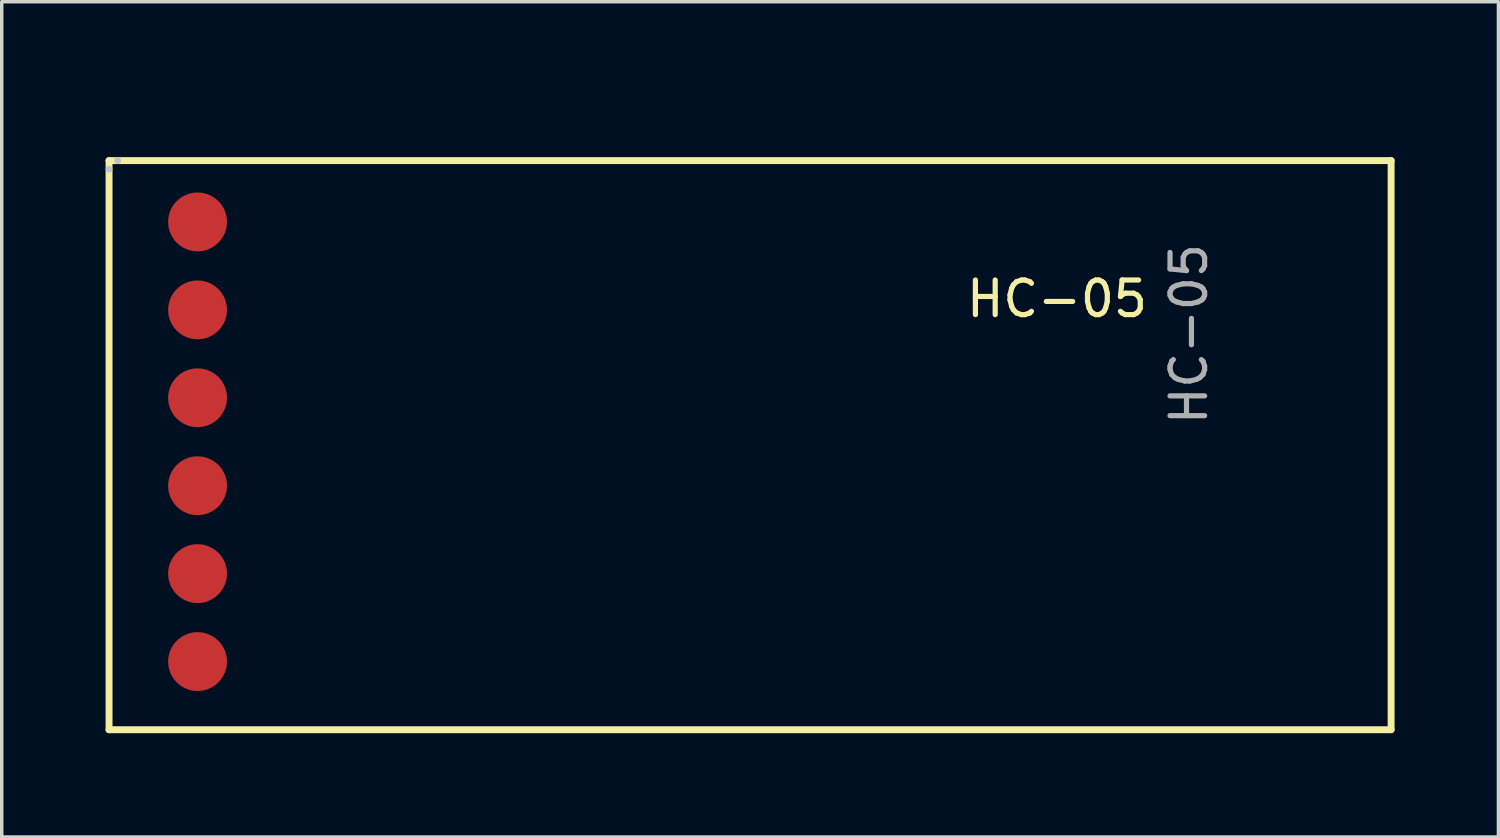
<source format=kicad_pcb>
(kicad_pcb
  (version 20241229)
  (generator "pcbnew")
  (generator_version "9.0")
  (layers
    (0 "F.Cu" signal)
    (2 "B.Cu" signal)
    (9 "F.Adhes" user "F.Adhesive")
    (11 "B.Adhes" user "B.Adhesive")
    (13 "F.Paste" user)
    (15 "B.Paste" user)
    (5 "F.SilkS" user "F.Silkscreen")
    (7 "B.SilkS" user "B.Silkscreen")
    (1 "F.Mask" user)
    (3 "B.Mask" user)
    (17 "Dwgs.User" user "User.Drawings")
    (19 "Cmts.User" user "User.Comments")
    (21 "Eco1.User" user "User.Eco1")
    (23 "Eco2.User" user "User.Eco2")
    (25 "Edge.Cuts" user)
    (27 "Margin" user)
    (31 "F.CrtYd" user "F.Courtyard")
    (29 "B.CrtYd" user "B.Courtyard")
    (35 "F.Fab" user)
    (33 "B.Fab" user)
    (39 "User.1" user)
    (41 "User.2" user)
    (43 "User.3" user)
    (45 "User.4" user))
  (footprint "HC-05"
    (layer "F.Cu")
    (at 34.343 0.25)
    (property "Reference" "HC-05" (at -6.858 5.334 0) (layer "F.SilkS") (effects (font (size 1 1) (thickness 0.15))))
    (attr through_hole)
    (fp_line (start -34.243 1.339) (end 2.794 1.339) (stroke (width 0.2) (type solid)) (layer "F.SilkS"))
    (fp_line (start -34.243 17.78) (end -34.243 1.339) (stroke (width 0.2) (type solid)) (layer "F.SilkS"))
    (fp_line (start 2.794 17.78) (end -34.243 17.78) (stroke (width 0.2) (type solid)) (layer "F.SilkS"))
    (fp_line (start 2.794 17.78) (end 2.794 1.339) (stroke (width 0.2) (type solid)) (layer "F.SilkS"))
    (fp_line (start -34.243 1.589) (end -34.243 1.589) (stroke (width 0.2) (type solid)) (layer "Dwgs.User"))
    (fp_line (start -33.993 1.339) (end -33.993 1.339) (stroke (width 0.2) (type solid)) (layer "Dwgs.User"))
    (fp_text user "${REFERENCE}" (at -3.048 6.35 90) (layer "F.Fab") (effects (font (size 1 1) (thickness 0.15))))
    (pad "EN" smd oval (at -31.686 15.812) (size 1.7 1.7) (layers "F.Cu" "F.Mask" "F.Paste"))
    (pad "GND" smd oval (at -31.686 10.732) (size 1.7 1.7) (layers "F.Cu" "F.Mask" "F.Paste"))
    (pad "RX" smd oval (at -31.686 5.652) (size 1.7 1.7) (layers "F.Cu" "F.Mask" "F.Paste"))
    (pad "STATE" smd oval (at -31.686 3.111) (size 1.7 1.7) (layers "F.Cu" "F.Mask" "F.Paste"))
    (pad "TX" smd oval (at -31.686 8.191) (size 1.7 1.7) (layers "F.Cu" "F.Mask" "F.Paste"))
    (pad "VCC" smd oval (at -31.686 13.271) (size 1.7 1.7) (layers "F.Cu" "F.Mask" "F.Paste")))
  (gr_rect
    (start -3 -3)
    (end 40.237 21.13)
    (stroke (width 0.1) (type default))
    (fill no)
    (layer "Edge.Cuts")))
</source>
